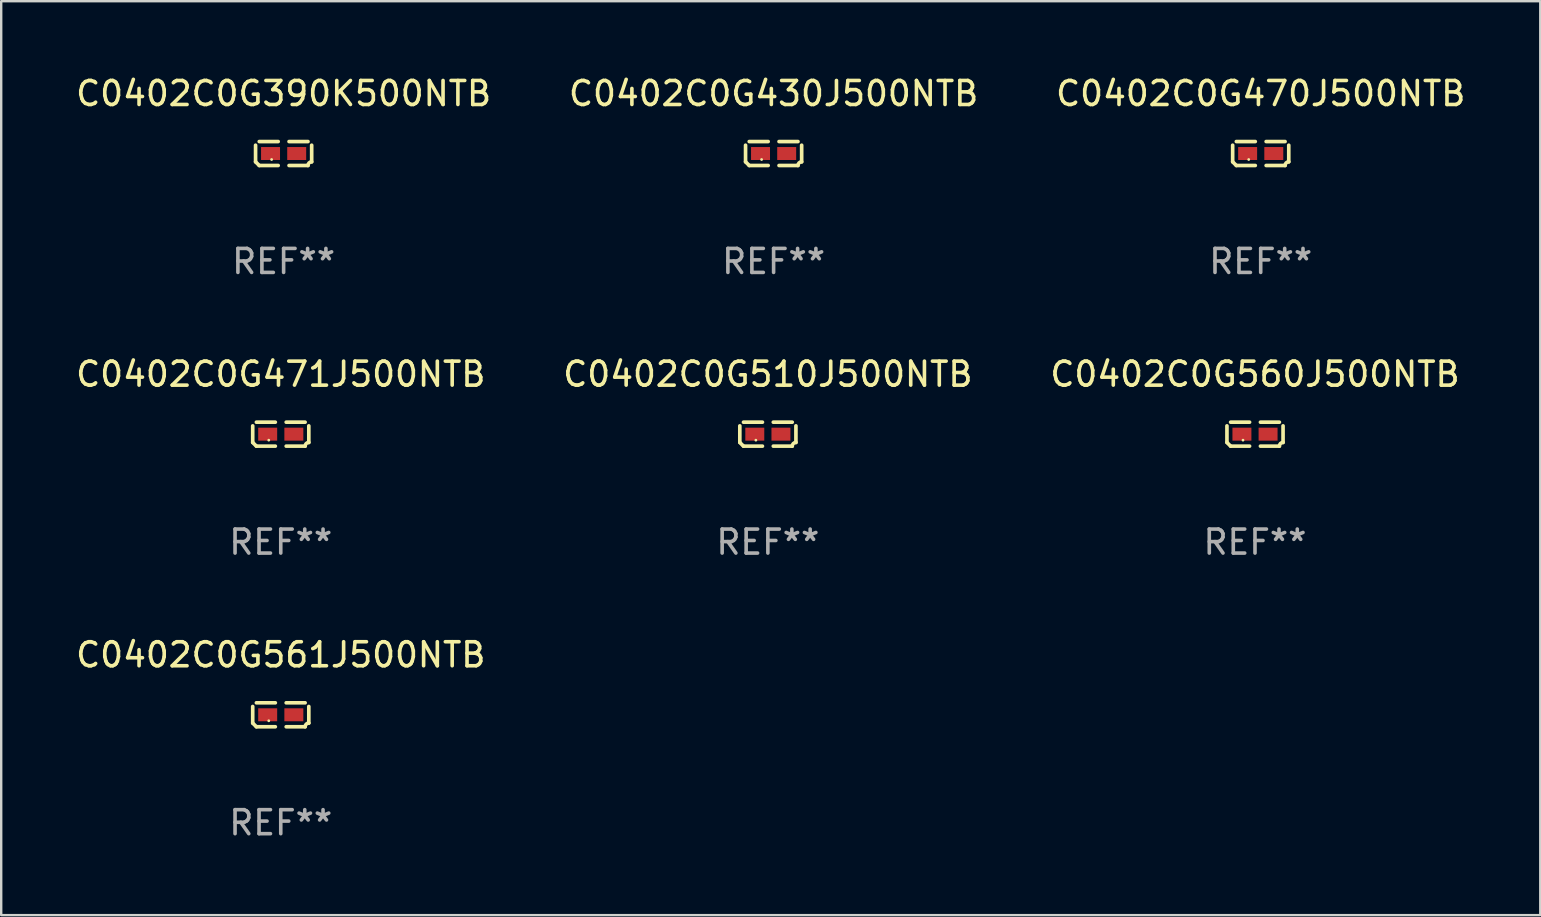
<source format=kicad_pcb>
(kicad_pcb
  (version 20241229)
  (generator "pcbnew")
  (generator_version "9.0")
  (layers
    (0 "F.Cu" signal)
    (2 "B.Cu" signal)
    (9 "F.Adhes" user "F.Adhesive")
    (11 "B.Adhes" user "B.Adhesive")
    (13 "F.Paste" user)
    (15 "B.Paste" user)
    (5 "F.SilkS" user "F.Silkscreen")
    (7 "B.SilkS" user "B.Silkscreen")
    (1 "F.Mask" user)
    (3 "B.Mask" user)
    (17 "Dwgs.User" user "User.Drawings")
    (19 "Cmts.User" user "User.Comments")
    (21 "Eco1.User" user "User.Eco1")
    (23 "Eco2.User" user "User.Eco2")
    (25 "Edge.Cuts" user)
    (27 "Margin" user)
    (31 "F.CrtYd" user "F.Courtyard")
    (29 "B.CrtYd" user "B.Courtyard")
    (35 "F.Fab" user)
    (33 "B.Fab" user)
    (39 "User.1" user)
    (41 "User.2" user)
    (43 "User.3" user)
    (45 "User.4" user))
  (footprint "C0402C0G390K500NTB"
    (layer "F.Cu")
    (at 8.768 3.347)
    (property "Reference" "C0402C0G390K500NTB" (at 0 -2.499 0) (layer "F.SilkS") (effects (font (size 1 1) (thickness 0.15))))
    (attr through_hole)
    (fp_line (start -1.169 0.346) (end -1.169 -0.346) (stroke (width 0.152) (type solid)) (layer "F.SilkS"))
    (fp_line (start -1.016 -0.499) (end -0.226 -0.499) (stroke (width 0.152) (type solid)) (layer "F.SilkS"))
    (fp_line (start -0.226 0.499) (end -1.016 0.499) (stroke (width 0.152) (type solid)) (layer "F.SilkS"))
    (fp_line (start 0.226 0.499) (end 1.016 0.499) (stroke (width 0.152) (type solid)) (layer "F.SilkS"))
    (fp_line (start 1.016 -0.499) (end 0.226 -0.499) (stroke (width 0.152) (type solid)) (layer "F.SilkS"))
    (fp_line (start 1.169 0.346) (end 1.169 -0.346) (stroke (width 0.152) (type solid)) (layer "F.SilkS"))
    (fp_arc (start -1.016307 0.498603) (mid -1.092512 0.422405) (end -1.16871 0.3462) (stroke (width 0.1524) (type solid)) (layer "F.SilkS"))
    (fp_arc (start 1.016307 0.498603) (mid 1.060899 0.390758) (end 1.168707 0.346076) (stroke (width 0.1524) (type solid)) (layer "F.SilkS"))
    (fp_circle (center -0.5 0.25) (end -0.47 0.25) (stroke (width 0.06) (type solid)) (fill no) (layer "F.SilkS"))
    (fp_text user "REF**" (at 0 4.499 0) (layer "F.Fab") (effects (font (size 1 1) (thickness 0.15))))
    (pad "1" smd rect (at -0.545 0) (size 0.79 0.54) (layers "F.Cu" "F.Mask" "F.Paste"))
    (pad "2" smd rect (at 0.545 0) (size 0.79 0.54) (layers "F.Cu" "F.Mask" "F.Paste")))
  (footprint "C0402C0G470J500NTB"
    (layer "F.Cu")
    (at 49.482 3.347)
    (property "Reference" "C0402C0G470J500NTB" (at 0 -2.499 0) (layer "F.SilkS") (effects (font (size 1 1) (thickness 0.15))))
    (attr through_hole)
    (fp_line (start -1.169 0.346) (end -1.169 -0.346) (stroke (width 0.152) (type solid)) (layer "F.SilkS"))
    (fp_line (start -1.016 -0.499) (end -0.226 -0.499) (stroke (width 0.152) (type solid)) (layer "F.SilkS"))
    (fp_line (start -0.226 0.499) (end -1.016 0.499) (stroke (width 0.152) (type solid)) (layer "F.SilkS"))
    (fp_line (start 0.226 0.499) (end 1.016 0.499) (stroke (width 0.152) (type solid)) (layer "F.SilkS"))
    (fp_line (start 1.016 -0.499) (end 0.226 -0.499) (stroke (width 0.152) (type solid)) (layer "F.SilkS"))
    (fp_line (start 1.169 0.346) (end 1.169 -0.346) (stroke (width 0.152) (type solid)) (layer "F.SilkS"))
    (fp_arc (start -1.016307 0.498603) (mid -1.092512 0.422405) (end -1.16871 0.3462) (stroke (width 0.1524) (type solid)) (layer "F.SilkS"))
    (fp_arc (start 1.016307 0.498603) (mid 1.060899 0.390758) (end 1.168707 0.346076) (stroke (width 0.1524) (type solid)) (layer "F.SilkS"))
    (fp_circle (center -0.5 0.25) (end -0.47 0.25) (stroke (width 0.06) (type solid)) (fill no) (layer "F.SilkS"))
    (fp_text user "REF**" (at 0 4.499 0) (layer "F.Fab") (effects (font (size 1 1) (thickness 0.15))))
    (pad "1" smd rect (at -0.545 0) (size 0.79 0.54) (layers "F.Cu" "F.Mask" "F.Paste"))
    (pad "2" smd rect (at 0.545 0) (size 0.79 0.54) (layers "F.Cu" "F.Mask" "F.Paste")))
  (footprint "C0402C0G471J500NTB"
    (layer "F.Cu")
    (at 8.649 15.041)
    (property "Reference" "C0402C0G471J500NTB" (at 0 -2.499 0) (layer "F.SilkS") (effects (font (size 1 1) (thickness 0.15))))
    (attr through_hole)
    (fp_line (start -1.169 0.346) (end -1.169 -0.346) (stroke (width 0.152) (type solid)) (layer "F.SilkS"))
    (fp_line (start -1.016 -0.499) (end -0.226 -0.499) (stroke (width 0.152) (type solid)) (layer "F.SilkS"))
    (fp_line (start -0.226 0.499) (end -1.016 0.499) (stroke (width 0.152) (type solid)) (layer "F.SilkS"))
    (fp_line (start 0.226 0.499) (end 1.016 0.499) (stroke (width 0.152) (type solid)) (layer "F.SilkS"))
    (fp_line (start 1.016 -0.499) (end 0.226 -0.499) (stroke (width 0.152) (type solid)) (layer "F.SilkS"))
    (fp_line (start 1.169 0.346) (end 1.169 -0.346) (stroke (width 0.152) (type solid)) (layer "F.SilkS"))
    (fp_arc (start -1.016307 0.498603) (mid -1.092512 0.422405) (end -1.16871 0.3462) (stroke (width 0.1524) (type solid)) (layer "F.SilkS"))
    (fp_arc (start 1.016307 0.498603) (mid 1.060899 0.390758) (end 1.168707 0.346076) (stroke (width 0.1524) (type solid)) (layer "F.SilkS"))
    (fp_circle (center -0.5 0.25) (end -0.47 0.25) (stroke (width 0.06) (type solid)) (fill no) (layer "F.SilkS"))
    (fp_text user "REF**" (at 0 4.499 0) (layer "F.Fab") (effects (font (size 1 1) (thickness 0.15))))
    (pad "1" smd rect (at -0.545 0) (size 0.79 0.54) (layers "F.Cu" "F.Mask" "F.Paste"))
    (pad "2" smd rect (at 0.545 0) (size 0.79 0.54) (layers "F.Cu" "F.Mask" "F.Paste")))
  (footprint "C0402C0G561J500NTB"
    (layer "F.Cu")
    (at 8.649 26.734)
    (property "Reference" "C0402C0G561J500NTB" (at 0 -2.499 0) (layer "F.SilkS") (effects (font (size 1 1) (thickness 0.15))))
    (attr through_hole)
    (fp_line (start -1.169 0.346) (end -1.169 -0.346) (stroke (width 0.152) (type solid)) (layer "F.SilkS"))
    (fp_line (start -1.016 -0.499) (end -0.226 -0.499) (stroke (width 0.152) (type solid)) (layer "F.SilkS"))
    (fp_line (start -0.226 0.499) (end -1.016 0.499) (stroke (width 0.152) (type solid)) (layer "F.SilkS"))
    (fp_line (start 0.226 0.499) (end 1.016 0.499) (stroke (width 0.152) (type solid)) (layer "F.SilkS"))
    (fp_line (start 1.016 -0.499) (end 0.226 -0.499) (stroke (width 0.152) (type solid)) (layer "F.SilkS"))
    (fp_line (start 1.169 0.346) (end 1.169 -0.346) (stroke (width 0.152) (type solid)) (layer "F.SilkS"))
    (fp_arc (start -1.016307 0.498603) (mid -1.092512 0.422405) (end -1.16871 0.3462) (stroke (width 0.1524) (type solid)) (layer "F.SilkS"))
    (fp_arc (start 1.016307 0.498603) (mid 1.060899 0.390758) (end 1.168707 0.346076) (stroke (width 0.1524) (type solid)) (layer "F.SilkS"))
    (fp_circle (center -0.5 0.25) (end -0.47 0.25) (stroke (width 0.06) (type solid)) (fill no) (layer "F.SilkS"))
    (fp_text user "REF**" (at 0 4.499 0) (layer "F.Fab") (effects (font (size 1 1) (thickness 0.15))))
    (pad "1" smd rect (at -0.545 0) (size 0.79 0.54) (layers "F.Cu" "F.Mask" "F.Paste"))
    (pad "2" smd rect (at 0.545 0) (size 0.79 0.54) (layers "F.Cu" "F.Mask" "F.Paste")))
  (footprint "C0402C0G560J500NTB"
    (layer "F.Cu")
    (at 49.244 15.041)
    (property "Reference" "C0402C0G560J500NTB" (at 0 -2.499 0) (layer "F.SilkS") (effects (font (size 1 1) (thickness 0.15))))
    (attr through_hole)
    (fp_line (start -1.169 0.346) (end -1.169 -0.346) (stroke (width 0.152) (type solid)) (layer "F.SilkS"))
    (fp_line (start -1.016 -0.499) (end -0.226 -0.499) (stroke (width 0.152) (type solid)) (layer "F.SilkS"))
    (fp_line (start -0.226 0.499) (end -1.016 0.499) (stroke (width 0.152) (type solid)) (layer "F.SilkS"))
    (fp_line (start 0.226 0.499) (end 1.016 0.499) (stroke (width 0.152) (type solid)) (layer "F.SilkS"))
    (fp_line (start 1.016 -0.499) (end 0.226 -0.499) (stroke (width 0.152) (type solid)) (layer "F.SilkS"))
    (fp_line (start 1.169 0.346) (end 1.169 -0.346) (stroke (width 0.152) (type solid)) (layer "F.SilkS"))
    (fp_arc (start -1.016307 0.498603) (mid -1.092512 0.422405) (end -1.16871 0.3462) (stroke (width 0.1524) (type solid)) (layer "F.SilkS"))
    (fp_arc (start 1.016307 0.498603) (mid 1.060899 0.390758) (end 1.168707 0.346076) (stroke (width 0.1524) (type solid)) (layer "F.SilkS"))
    (fp_circle (center -0.5 0.25) (end -0.47 0.25) (stroke (width 0.06) (type solid)) (fill no) (layer "F.SilkS"))
    (fp_text user "REF**" (at 0 4.499 0) (layer "F.Fab") (effects (font (size 1 1) (thickness 0.15))))
    (pad "1" smd rect (at -0.545 0) (size 0.79 0.54) (layers "F.Cu" "F.Mask" "F.Paste"))
    (pad "2" smd rect (at 0.545 0) (size 0.79 0.54) (layers "F.Cu" "F.Mask" "F.Paste")))
  (footprint "C0402C0G510J500NTB"
    (layer "F.Cu")
    (at 28.946 15.041)
    (property "Reference" "C0402C0G510J500NTB" (at 0 -2.499 0) (layer "F.SilkS") (effects (font (size 1 1) (thickness 0.15))))
    (attr through_hole)
    (fp_line (start -1.169 0.346) (end -1.169 -0.346) (stroke (width 0.152) (type solid)) (layer "F.SilkS"))
    (fp_line (start -1.016 -0.499) (end -0.226 -0.499) (stroke (width 0.152) (type solid)) (layer "F.SilkS"))
    (fp_line (start -0.226 0.499) (end -1.016 0.499) (stroke (width 0.152) (type solid)) (layer "F.SilkS"))
    (fp_line (start 0.226 0.499) (end 1.016 0.499) (stroke (width 0.152) (type solid)) (layer "F.SilkS"))
    (fp_line (start 1.016 -0.499) (end 0.226 -0.499) (stroke (width 0.152) (type solid)) (layer "F.SilkS"))
    (fp_line (start 1.169 0.346) (end 1.169 -0.346) (stroke (width 0.152) (type solid)) (layer "F.SilkS"))
    (fp_arc (start -1.016307 0.498603) (mid -1.092512 0.422405) (end -1.16871 0.3462) (stroke (width 0.1524) (type solid)) (layer "F.SilkS"))
    (fp_arc (start 1.016307 0.498603) (mid 1.060899 0.390758) (end 1.168707 0.346076) (stroke (width 0.1524) (type solid)) (layer "F.SilkS"))
    (fp_circle (center -0.5 0.25) (end -0.47 0.25) (stroke (width 0.06) (type solid)) (fill no) (layer "F.SilkS"))
    (fp_text user "REF**" (at 0 4.499 0) (layer "F.Fab") (effects (font (size 1 1) (thickness 0.15))))
    (pad "1" smd rect (at -0.545 0) (size 0.79 0.54) (layers "F.Cu" "F.Mask" "F.Paste"))
    (pad "2" smd rect (at 0.545 0) (size 0.79 0.54) (layers "F.Cu" "F.Mask" "F.Paste")))
  (footprint "C0402C0G430J500NTB"
    (layer "F.Cu")
    (at 29.185 3.347)
    (property "Reference" "C0402C0G430J500NTB" (at 0 -2.499 0) (layer "F.SilkS") (effects (font (size 1 1) (thickness 0.15))))
    (attr through_hole)
    (fp_line (start -1.169 0.346) (end -1.169 -0.346) (stroke (width 0.152) (type solid)) (layer "F.SilkS"))
    (fp_line (start -1.016 -0.499) (end -0.226 -0.499) (stroke (width 0.152) (type solid)) (layer "F.SilkS"))
    (fp_line (start -0.226 0.499) (end -1.016 0.499) (stroke (width 0.152) (type solid)) (layer "F.SilkS"))
    (fp_line (start 0.226 0.499) (end 1.016 0.499) (stroke (width 0.152) (type solid)) (layer "F.SilkS"))
    (fp_line (start 1.016 -0.499) (end 0.226 -0.499) (stroke (width 0.152) (type solid)) (layer "F.SilkS"))
    (fp_line (start 1.169 0.346) (end 1.169 -0.346) (stroke (width 0.152) (type solid)) (layer "F.SilkS"))
    (fp_arc (start -1.016307 0.498603) (mid -1.092512 0.422405) (end -1.16871 0.3462) (stroke (width 0.1524) (type solid)) (layer "F.SilkS"))
    (fp_arc (start 1.016307 0.498603) (mid 1.060899 0.390758) (end 1.168707 0.346076) (stroke (width 0.1524) (type solid)) (layer "F.SilkS"))
    (fp_circle (center -0.5 0.25) (end -0.47 0.25) (stroke (width 0.06) (type solid)) (fill no) (layer "F.SilkS"))
    (fp_text user "REF**" (at 0 4.499 0) (layer "F.Fab") (effects (font (size 1 1) (thickness 0.15))))
    (pad "1" smd rect (at -0.545 0) (size 0.79 0.54) (layers "F.Cu" "F.Mask" "F.Paste"))
    (pad "2" smd rect (at 0.545 0) (size 0.79 0.54) (layers "F.Cu" "F.Mask" "F.Paste")))
  (gr_rect
    (start -3 -3)
    (end 61.131 35.081)
    (stroke (width 0.1) (type default))
    (fill no)
    (layer "Edge.Cuts")))
</source>
